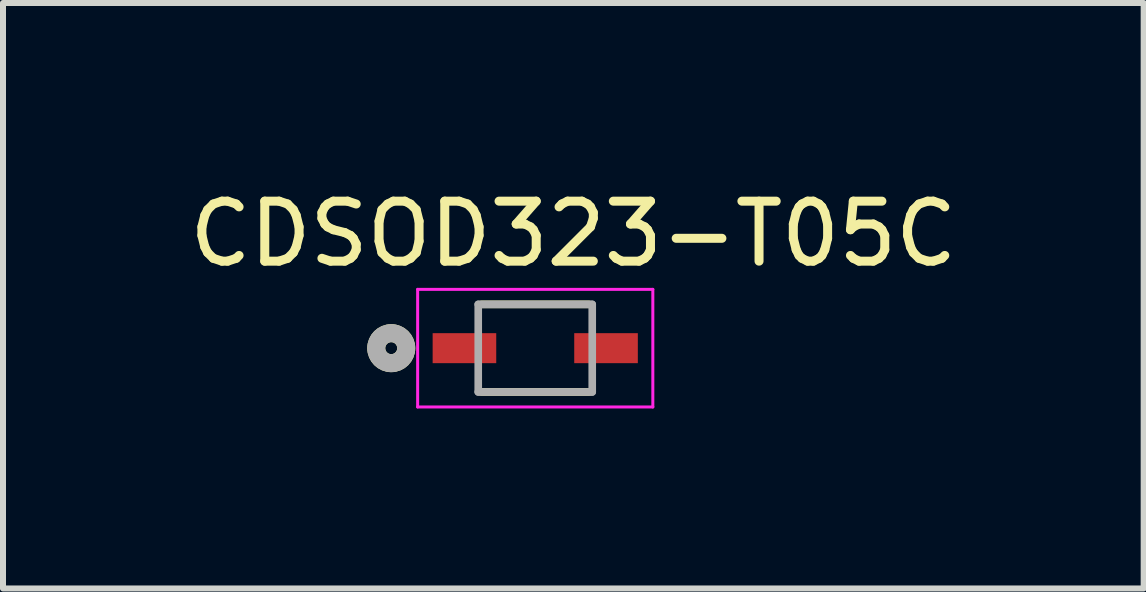
<source format=kicad_pcb>
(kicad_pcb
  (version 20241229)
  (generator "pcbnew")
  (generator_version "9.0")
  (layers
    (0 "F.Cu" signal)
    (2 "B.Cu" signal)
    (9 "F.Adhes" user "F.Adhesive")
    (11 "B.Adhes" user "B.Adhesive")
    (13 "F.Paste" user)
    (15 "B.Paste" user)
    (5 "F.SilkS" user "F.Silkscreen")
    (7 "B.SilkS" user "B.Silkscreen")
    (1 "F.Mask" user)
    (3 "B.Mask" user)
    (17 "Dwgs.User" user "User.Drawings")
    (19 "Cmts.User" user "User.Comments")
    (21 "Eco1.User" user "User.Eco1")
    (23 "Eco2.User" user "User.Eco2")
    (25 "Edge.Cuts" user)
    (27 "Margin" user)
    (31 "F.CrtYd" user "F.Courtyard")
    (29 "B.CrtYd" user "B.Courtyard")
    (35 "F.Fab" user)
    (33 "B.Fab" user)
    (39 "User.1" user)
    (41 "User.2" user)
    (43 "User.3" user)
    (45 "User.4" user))
  (footprint "CDSOD323-T05C"
    (layer "F.Cu")
    (at 5.871 2.753)
    (property "Reference" "CDSOD323-T05C" (at 0.635 -1.905 0) (layer "F.SilkS") (effects (font (size 1 1) (thickness 0.15))))
    (attr through_hole)
    (fp_line (start -0.9 -0.73) (end 0.9 -0.73) (stroke (width 0.127) (type solid)) (layer "F.SilkS"))
    (fp_line (start 0.9 0.73) (end -0.9 0.73) (stroke (width 0.127) (type solid)) (layer "F.SilkS"))
    (fp_circle (center -2.4 0) (end -2.3 0) (stroke (width 0.3) (type solid)) (fill no) (layer "F.SilkS"))
    (fp_line (start -1.96 -0.98) (end 1.96 -0.98) (stroke (width 0.05) (type solid)) (layer "F.CrtYd"))
    (fp_line (start -1.96 0.98) (end -1.96 -0.98) (stroke (width 0.05) (type solid)) (layer "F.CrtYd"))
    (fp_line (start 1.96 -0.98) (end 1.96 0.98) (stroke (width 0.05) (type solid)) (layer "F.CrtYd"))
    (fp_line (start 1.96 0.98) (end -1.96 0.98) (stroke (width 0.05) (type solid)) (layer "F.CrtYd"))
    (fp_line (start -0.95 -0.73) (end 0.95 -0.73) (stroke (width 0.127) (type solid)) (layer "F.Fab"))
    (fp_line (start -0.95 0.73) (end -0.95 -0.73) (stroke (width 0.127) (type solid)) (layer "F.Fab"))
    (fp_line (start 0.95 -0.73) (end 0.95 0.73) (stroke (width 0.127) (type solid)) (layer "F.Fab"))
    (fp_line (start 0.95 0.73) (end -0.95 0.73) (stroke (width 0.127) (type solid)) (layer "F.Fab"))
    (fp_circle (center -2.4 0) (end -2.3 0) (stroke (width 0.3) (type solid)) (fill no) (layer "F.Fab"))
    (pad "1" smd rect (at -1.18 0) (size 1.06 0.5) (layers "F.Cu" "F.Mask" "F.Paste"))
    (pad "2" smd rect (at 1.18 0) (size 1.06 0.5) (layers "F.Cu" "F.Mask" "F.Paste")))
  (gr_rect
    (start -3 -3)
    (end 16.012 6.758)
    (stroke (width 0.1) (type default))
    (fill no)
    (layer "Edge.Cuts")))
</source>
